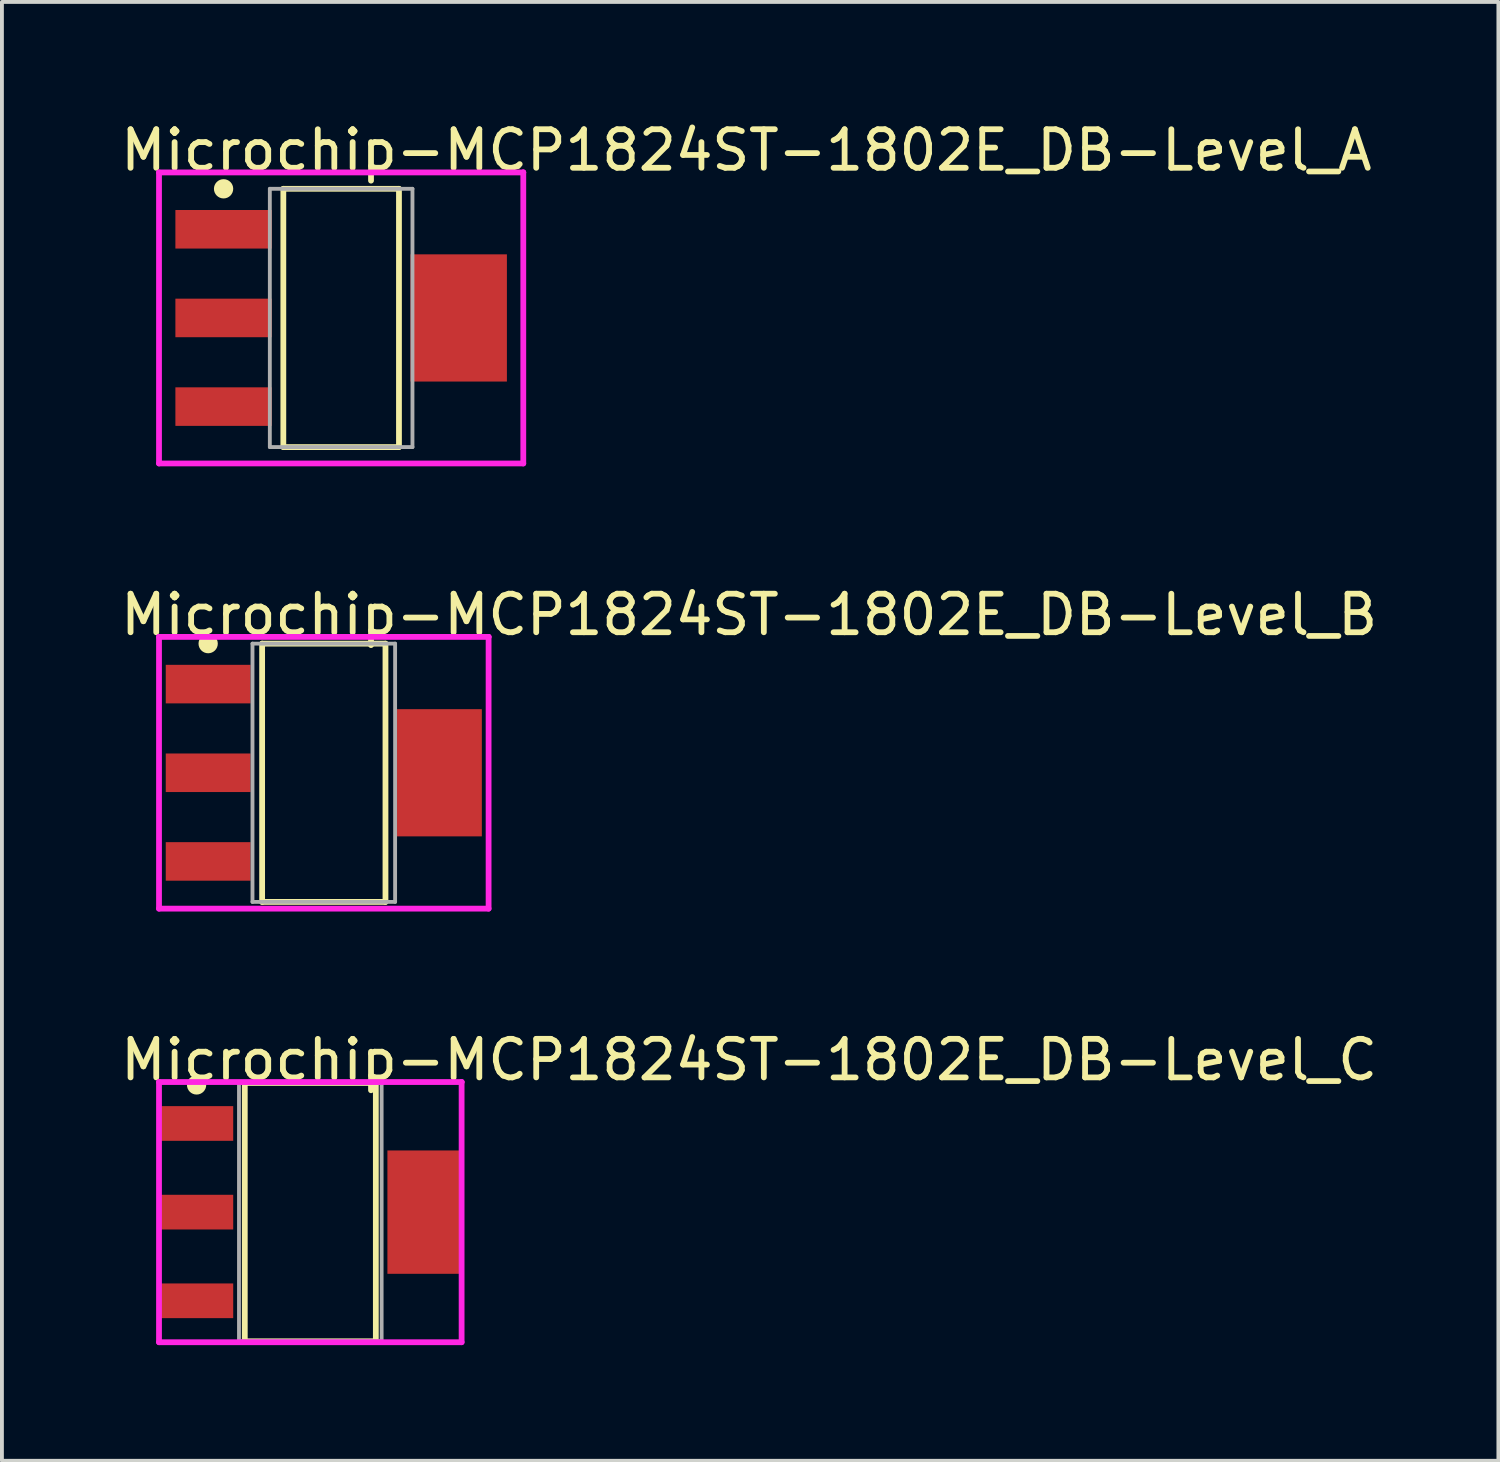
<source format=kicad_pcb>
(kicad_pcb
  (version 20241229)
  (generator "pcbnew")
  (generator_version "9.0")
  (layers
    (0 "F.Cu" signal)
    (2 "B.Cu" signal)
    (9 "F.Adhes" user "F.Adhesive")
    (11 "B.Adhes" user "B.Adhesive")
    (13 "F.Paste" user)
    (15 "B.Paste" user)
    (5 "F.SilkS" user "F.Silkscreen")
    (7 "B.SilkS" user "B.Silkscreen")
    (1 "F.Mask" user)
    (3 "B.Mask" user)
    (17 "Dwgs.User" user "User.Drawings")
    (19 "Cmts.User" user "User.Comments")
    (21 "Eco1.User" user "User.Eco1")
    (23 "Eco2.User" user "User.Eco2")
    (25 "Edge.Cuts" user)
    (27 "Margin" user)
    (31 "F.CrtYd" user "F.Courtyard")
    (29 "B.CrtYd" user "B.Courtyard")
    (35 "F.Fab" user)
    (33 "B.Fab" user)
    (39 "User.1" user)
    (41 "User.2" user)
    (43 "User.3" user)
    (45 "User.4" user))
  (footprint "Microchip-MCP1824ST-1802E_DB-Level_C"
    (layer "F.Cu")
    (at 5 28.395)
    (property "Reference" "Microchip-MCP1824ST-1802E_DB-Level_C" (at -5 -3.95 0) (layer "F.SilkS") (effects (font (size 1 1) (thickness 0.15)) (justify left)))
    (attr through_hole)
    (fp_line (start -1.7 -3.35) (end 1.7 -3.35) (stroke (width 0.15) (type solid)) (layer "F.SilkS"))
    (fp_line (start -1.7 3.35) (end -1.7 -3.35) (stroke (width 0.15) (type solid)) (layer "F.SilkS"))
    (fp_line (start -1.7 3.35) (end 1.7 3.35) (stroke (width 0.15) (type solid)) (layer "F.SilkS"))
    (fp_line (start 1.7 3.35) (end 1.7 -3.35) (stroke (width 0.15) (type solid)) (layer "F.SilkS"))
    (fp_circle (center -2.95 -3.3) (end -2.825 -3.3) (stroke (width 0.25) (type solid)) (fill no) (layer "F.SilkS"))
    (fp_line (start -3.925 -3.375) (end -3.925 3.375) (stroke (width 0.15) (type solid)) (layer "F.CrtYd"))
    (fp_line (start -3.925 3.375) (end 3.925 3.375) (stroke (width 0.15) (type solid)) (layer "F.CrtYd"))
    (fp_line (start 3.925 -3.375) (end -3.925 -3.375) (stroke (width 0.15) (type solid)) (layer "F.CrtYd"))
    (fp_line (start 3.925 -3.375) (end 3.925 -3.375) (stroke (width 0.15) (type solid)) (layer "F.CrtYd"))
    (fp_line (start 3.925 3.375) (end 3.925 -3.375) (stroke (width 0.15) (type solid)) (layer "F.CrtYd"))
    (fp_line (start -1.85 -3.35) (end 1.85 -3.35) (stroke (width 0.1) (type solid)) (layer "F.Fab"))
    (fp_line (start -1.85 3.35) (end -1.85 -3.35) (stroke (width 0.1) (type solid)) (layer "F.Fab"))
    (fp_line (start -1.85 3.35) (end 1.85 3.35) (stroke (width 0.1) (type solid)) (layer "F.Fab"))
    (fp_line (start 1.85 3.35) (end 1.85 -3.35) (stroke (width 0.1) (type solid)) (layer "F.Fab"))
    (pad "1" smd rect (at -2.95 -2.3 270) (size 0.9 1.9) (layers "F.Cu" "F.Mask" "F.Paste"))
    (pad "2" smd rect (at -2.95 -0.000001 270) (size 0.9 1.9) (layers "F.Cu" "F.Mask" "F.Paste"))
    (pad "3" smd rect (at -2.95 2.3 270) (size 0.9 1.9) (layers "F.Cu" "F.Mask" "F.Paste"))
    (pad "4" smd rect (at 2.95 -0.000001 270) (size 3.2 1.9) (layers "F.Cu" "F.Mask" "F.Paste")))
  (footprint "Microchip-MCP1824ST-1802E_DB-Level_B"
    (layer "F.Cu")
    (at 5.35 16.997)
    (property "Reference" "Microchip-MCP1824ST-1802E_DB-Level_B" (at -5.35 -4.1 0) (layer "F.SilkS") (effects (font (size 1 1) (thickness 0.15)) (justify left)))
    (attr through_hole)
    (fp_line (start -1.6 -3.35) (end 1.6 -3.35) (stroke (width 0.15) (type solid)) (layer "F.SilkS"))
    (fp_line (start -1.6 3.35) (end -1.6 -3.35) (stroke (width 0.15) (type solid)) (layer "F.SilkS"))
    (fp_line (start -1.6 3.35) (end 1.6 3.35) (stroke (width 0.15) (type solid)) (layer "F.SilkS"))
    (fp_line (start 1.6 3.35) (end 1.6 -3.35) (stroke (width 0.15) (type solid)) (layer "F.SilkS"))
    (fp_circle (center -3 -3.35) (end -2.875 -3.35) (stroke (width 0.25) (type solid)) (fill no) (layer "F.SilkS"))
    (fp_line (start -4.275 -3.525) (end -4.275 3.525) (stroke (width 0.15) (type solid)) (layer "F.CrtYd"))
    (fp_line (start -4.275 3.525) (end 4.275 3.525) (stroke (width 0.15) (type solid)) (layer "F.CrtYd"))
    (fp_line (start 4.275 -3.525) (end -4.275 -3.525) (stroke (width 0.15) (type solid)) (layer "F.CrtYd"))
    (fp_line (start 4.275 -3.525) (end 4.275 -3.525) (stroke (width 0.15) (type solid)) (layer "F.CrtYd"))
    (fp_line (start 4.275 3.525) (end 4.275 -3.525) (stroke (width 0.15) (type solid)) (layer "F.CrtYd"))
    (fp_line (start -1.85 -3.35) (end 1.85 -3.35) (stroke (width 0.1) (type solid)) (layer "F.Fab"))
    (fp_line (start -1.85 3.35) (end -1.85 -3.35) (stroke (width 0.1) (type solid)) (layer "F.Fab"))
    (fp_line (start -1.85 3.35) (end 1.85 3.35) (stroke (width 0.1) (type solid)) (layer "F.Fab"))
    (fp_line (start 1.85 3.35) (end 1.85 -3.35) (stroke (width 0.1) (type solid)) (layer "F.Fab"))
    (pad "1" smd rect (at -3 -2.3 270) (size 1 2.2) (layers "F.Cu" "F.Mask" "F.Paste"))
    (pad "2" smd rect (at -3 -0.000001 270) (size 1 2.2) (layers "F.Cu" "F.Mask" "F.Paste"))
    (pad "3" smd rect (at -3 2.3 270) (size 1 2.2) (layers "F.Cu" "F.Mask" "F.Paste"))
    (pad "4" smd rect (at 3 -0.000001 270) (size 3.3 2.2) (layers "F.Cu" "F.Mask" "F.Paste")))
  (footprint "Microchip-MCP1824ST-1802E_DB-Level_A"
    (layer "F.Cu")
    (at 5.8 5.198)
    (property "Reference" "Microchip-MCP1824ST-1802E_DB-Level_A" (at -5.8 -4.35 0) (layer "F.SilkS") (effects (font (size 1 1) (thickness 0.15)) (justify left)))
    (attr through_hole)
    (fp_line (start -1.5 -3.35) (end 1.5 -3.35) (stroke (width 0.15) (type solid)) (layer "F.SilkS"))
    (fp_line (start -1.5 3.35) (end -1.5 -3.35) (stroke (width 0.15) (type solid)) (layer "F.SilkS"))
    (fp_line (start -1.5 3.35) (end 1.5 3.35) (stroke (width 0.15) (type solid)) (layer "F.SilkS"))
    (fp_line (start 1.5 3.35) (end 1.5 -3.35) (stroke (width 0.15) (type solid)) (layer "F.SilkS"))
    (fp_circle (center -3.05 -3.35) (end -2.925 -3.35) (stroke (width 0.25) (type solid)) (fill no) (layer "F.SilkS"))
    (fp_line (start -4.725 -3.775) (end -4.725 3.775) (stroke (width 0.15) (type solid)) (layer "F.CrtYd"))
    (fp_line (start -4.725 3.775) (end 4.725 3.775) (stroke (width 0.15) (type solid)) (layer "F.CrtYd"))
    (fp_line (start 4.725 -3.775) (end -4.725 -3.775) (stroke (width 0.15) (type solid)) (layer "F.CrtYd"))
    (fp_line (start 4.725 -3.775) (end 4.725 -3.775) (stroke (width 0.15) (type solid)) (layer "F.CrtYd"))
    (fp_line (start 4.725 3.775) (end 4.725 -3.775) (stroke (width 0.15) (type solid)) (layer "F.CrtYd"))
    (fp_line (start -1.85 -3.35) (end 1.85 -3.35) (stroke (width 0.1) (type solid)) (layer "F.Fab"))
    (fp_line (start -1.85 3.35) (end -1.85 -3.35) (stroke (width 0.1) (type solid)) (layer "F.Fab"))
    (fp_line (start -1.85 3.35) (end 1.85 3.35) (stroke (width 0.1) (type solid)) (layer "F.Fab"))
    (fp_line (start 1.85 3.35) (end 1.85 -3.35) (stroke (width 0.1) (type solid)) (layer "F.Fab"))
    (pad "1" smd rect (at -3.05 -2.3 270) (size 1 2.5) (layers "F.Cu" "F.Mask" "F.Paste"))
    (pad "2" smd rect (at -3.05 -0.000001 270) (size 1 2.5) (layers "F.Cu" "F.Mask" "F.Paste"))
    (pad "3" smd rect (at -3.05 2.3 270) (size 1 2.5) (layers "F.Cu" "F.Mask" "F.Paste"))
    (pad "4" smd rect (at 3.05 -0.000001 270) (size 3.3 2.5) (layers "F.Cu" "F.Mask" "F.Paste")))
  (gr_rect
    (start -3 -3)
    (end 35.821 34.845)
    (stroke (width 0.1) (type default))
    (fill no)
    (layer "Edge.Cuts")))
</source>
